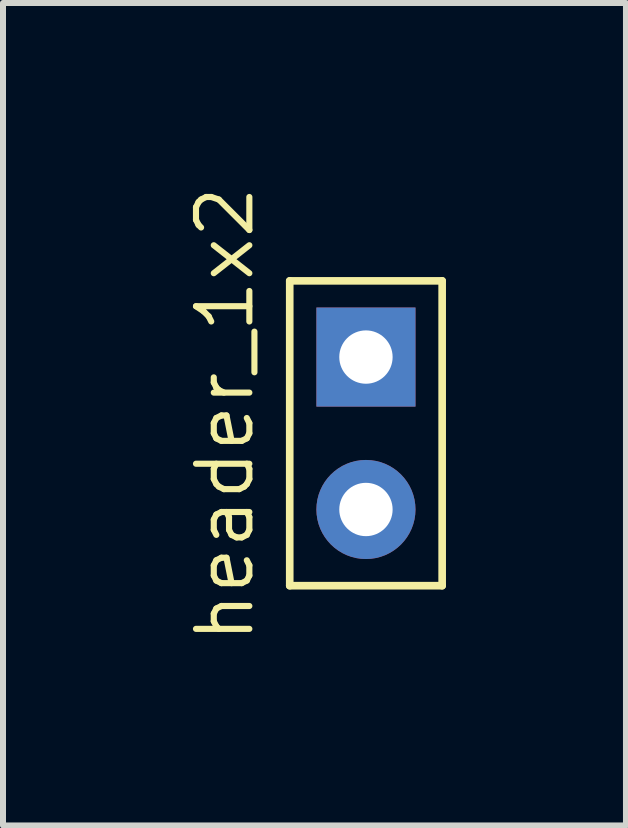
<source format=kicad_pcb>
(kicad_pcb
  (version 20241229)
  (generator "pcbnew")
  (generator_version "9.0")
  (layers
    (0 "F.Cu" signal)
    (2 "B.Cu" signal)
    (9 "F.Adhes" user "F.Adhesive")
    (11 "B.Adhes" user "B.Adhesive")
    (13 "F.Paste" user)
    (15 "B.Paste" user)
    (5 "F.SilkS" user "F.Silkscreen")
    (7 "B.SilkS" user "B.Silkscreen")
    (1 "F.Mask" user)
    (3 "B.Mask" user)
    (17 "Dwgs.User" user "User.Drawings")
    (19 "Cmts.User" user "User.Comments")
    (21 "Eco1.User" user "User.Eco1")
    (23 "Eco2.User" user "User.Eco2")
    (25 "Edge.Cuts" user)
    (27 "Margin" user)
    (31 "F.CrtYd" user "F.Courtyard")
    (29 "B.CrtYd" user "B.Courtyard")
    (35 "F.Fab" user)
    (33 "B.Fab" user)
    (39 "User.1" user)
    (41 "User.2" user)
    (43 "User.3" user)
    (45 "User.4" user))
  (footprint "header_1x2"
    (layer "F.Cu")
    (at 3.048 4.17)
    (property "Reference" "header_1x2" (at -2.349 -0.318 90) (layer "F.SilkS") (effects (font (size 0.889 0.889) (thickness 0.102))))
    (attr exclude_from_pos_files exclude_from_bom)
    (fp_line (start -1.27 -2.54) (end 1.27 -2.54) (stroke (width 0.066) (type solid)) (layer "F.SilkS"))
    (fp_line (start -1.27 -2.54) (end 1.27 -2.54) (stroke (width 0.1) (type solid)) (layer "F.SilkS"))
    (fp_line (start -1.27 -2.54) (end 1.27 -2.54) (stroke (width 0.127) (type solid)) (layer "F.SilkS"))
    (fp_line (start -1.27 2.54) (end -1.27 -2.54) (stroke (width 0.066) (type solid)) (layer "F.SilkS"))
    (fp_line (start -1.27 2.54) (end -1.27 -2.54) (stroke (width 0.1) (type solid)) (layer "F.SilkS"))
    (fp_line (start -1.27 2.54) (end -1.27 -2.54) (stroke (width 0.127) (type solid)) (layer "F.SilkS"))
    (fp_line (start -1.27 2.54) (end 1.27 2.54) (stroke (width 0.066) (type solid)) (layer "F.SilkS"))
    (fp_line (start 1.27 -2.54) (end 1.27 2.54) (stroke (width 0.1) (type solid)) (layer "F.SilkS"))
    (fp_line (start 1.27 -2.54) (end 1.27 2.54) (stroke (width 0.127) (type solid)) (layer "F.SilkS"))
    (fp_line (start 1.27 2.54) (end -1.27 2.54) (stroke (width 0.127) (type solid)) (layer "F.SilkS"))
    (fp_line (start 1.27 2.54) (end 1.27 -2.54) (stroke (width 0.066) (type solid)) (layer "F.SilkS"))
    (pad "1" thru_hole rect (at 0 -1.27) (size 1.651 1.651) (drill 0.889) (layers "*.Cu" "*.Paste" "*.Mask"))
    (pad "2" thru_hole circle (at 0 1.27) (size 1.651 1.651) (drill 0.889) (layers "*.Cu" "*.Paste" "*.Mask")))
  (gr_rect
    (start -3 -3)
    (end 7.381 10.705)
    (stroke (width 0.1) (type default))
    (fill no)
    (layer "Edge.Cuts")))
</source>
